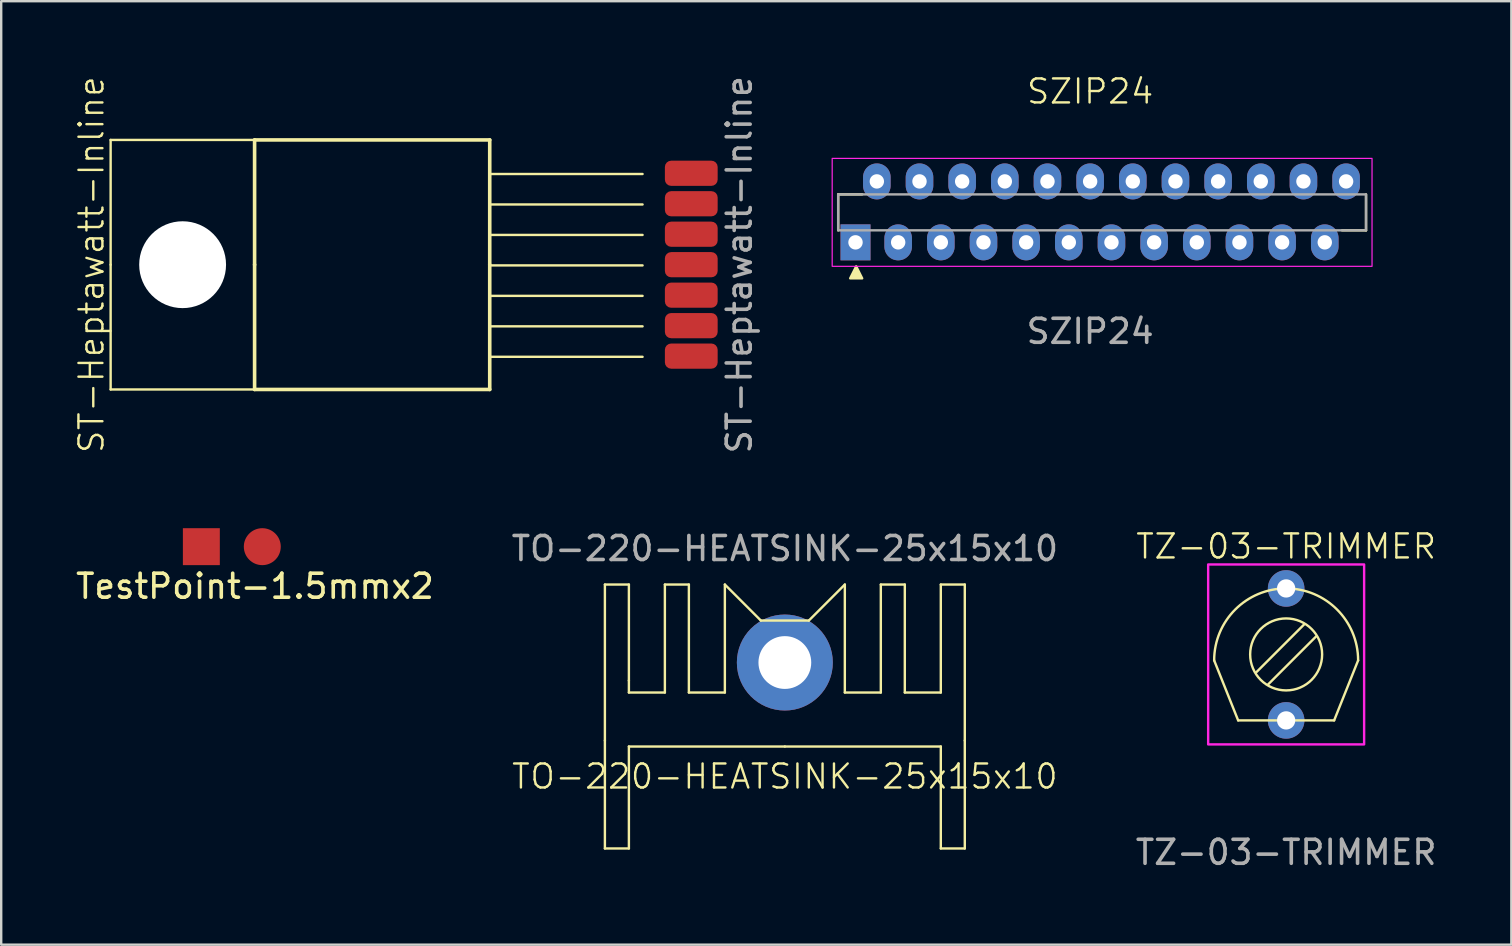
<source format=kicad_pcb>
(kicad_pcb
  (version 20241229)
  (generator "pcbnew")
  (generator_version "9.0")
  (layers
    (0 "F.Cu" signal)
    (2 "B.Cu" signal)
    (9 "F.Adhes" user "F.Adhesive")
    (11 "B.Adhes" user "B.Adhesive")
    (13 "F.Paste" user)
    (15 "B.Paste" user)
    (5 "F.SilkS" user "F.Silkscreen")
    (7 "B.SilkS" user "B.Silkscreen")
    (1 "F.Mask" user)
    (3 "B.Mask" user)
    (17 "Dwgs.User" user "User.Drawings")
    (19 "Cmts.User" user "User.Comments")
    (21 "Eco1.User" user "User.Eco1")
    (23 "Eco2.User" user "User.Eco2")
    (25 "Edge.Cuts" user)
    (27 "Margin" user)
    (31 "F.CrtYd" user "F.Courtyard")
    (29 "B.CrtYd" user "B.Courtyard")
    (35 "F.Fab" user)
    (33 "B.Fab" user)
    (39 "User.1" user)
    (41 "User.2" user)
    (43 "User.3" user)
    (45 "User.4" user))
  (footprint "SZIP24"
    (layer "F.Cu")
    (at 42.385 5.761)
    (property "Reference" "SZIP24" (at 0 -5 0) (unlocked yes) (layer "F.SilkS") (effects (font (size 1 1) (thickness 0.1))))
    (attr through_hole)
    (fp_line (start -10.501 -0.71) (end -10.501 0.79) (stroke (width 0.1) (type default)) (layer "F.SilkS"))
    (fp_line (start -9.501 -0.71) (end -10.501 -0.71) (stroke (width 0.1) (type default)) (layer "F.SilkS"))
    (fp_line (start 10.499 0.79) (end 11.499 0.79) (stroke (width 0.1) (type default)) (layer "F.SilkS"))
    (fp_line (start 11.499 0.79) (end 11.499 -0.71) (stroke (width 0.1) (type default)) (layer "F.SilkS"))
    (fp_poly (pts (xy -9.501 2.79) (xy -9.751 2.29) (xy -10.001 2.79)) (stroke (width 0.1) (type solid)) (fill yes) (layer "F.SilkS"))
    (fp_rect (start -10.751 -2.21) (end 11.749 2.29) (stroke (width 0.05) (type default)) (fill no) (layer "F.CrtYd"))
    (fp_rect (start -10.501 -0.71) (end 11.499 0.79) (stroke (width 0.1) (type default)) (fill no) (layer "F.Fab"))
    (fp_text user "${REFERENCE}" (at 0 5 0) (unlocked yes) (layer "F.Fab") (effects (font (size 1 1) (thickness 0.15))))
    (pad "1" thru_hole rect (at -9.779 1.29) (size 1.25 1.5) (drill 0.6) (layers "*.Cu" "*.Mask"))
    (pad "2" thru_hole oval (at -8.89 -1.25) (size 1.15 1.5) (drill 0.6) (layers "*.Cu" "*.Mask"))
    (pad "3" thru_hole oval (at -8.001 1.29) (size 1.15 1.5) (drill 0.6) (layers "*.Cu" "*.Mask"))
    (pad "4" thru_hole oval (at -7.112 -1.25) (size 1.15 1.5) (drill 0.6) (layers "*.Cu" "*.Mask"))
    (pad "5" thru_hole oval (at -6.223 1.29) (size 1.15 1.5) (drill 0.6) (layers "*.Cu" "*.Mask"))
    (pad "6" thru_hole oval (at -5.334 -1.25) (size 1.15 1.5) (drill 0.6) (layers "*.Cu" "*.Mask"))
    (pad "7" thru_hole oval (at -4.445 1.29) (size 1.15 1.5) (drill 0.6) (layers "*.Cu" "*.Mask"))
    (pad "8" thru_hole oval (at -3.556 -1.25) (size 1.15 1.5) (drill 0.6) (layers "*.Cu" "*.Mask"))
    (pad "9" thru_hole oval (at -2.667 1.29) (size 1.15 1.5) (drill 0.6) (layers "*.Cu" "*.Mask"))
    (pad "10" thru_hole oval (at -1.778 -1.25) (size 1.15 1.5) (drill 0.6) (layers "*.Cu" "*.Mask"))
    (pad "11" thru_hole oval (at -0.889 1.29) (size 1.15 1.5) (drill 0.6) (layers "*.Cu" "*.Mask"))
    (pad "12" thru_hole oval (at 0 -1.25) (size 1.15 1.5) (drill 0.6) (layers "*.Cu" "*.Mask"))
    (pad "13" thru_hole oval (at 0.889 1.29) (size 1.15 1.5) (drill 0.6) (layers "*.Cu" "*.Mask"))
    (pad "14" thru_hole oval (at 1.778 -1.25) (size 1.15 1.5) (drill 0.6) (layers "*.Cu" "*.Mask"))
    (pad "15" thru_hole oval (at 2.667 1.29) (size 1.15 1.5) (drill 0.6) (layers "*.Cu" "*.Mask"))
    (pad "16" thru_hole oval (at 3.556 -1.25) (size 1.15 1.5) (drill 0.6) (layers "*.Cu" "*.Mask"))
    (pad "17" thru_hole oval (at 4.445 1.29) (size 1.15 1.5) (drill 0.6) (layers "*.Cu" "*.Mask"))
    (pad "18" thru_hole oval (at 5.334 -1.25) (size 1.15 1.5) (drill 0.6) (layers "*.Cu" "*.Mask"))
    (pad "19" thru_hole oval (at 6.223 1.29) (size 1.15 1.5) (drill 0.6) (layers "*.Cu" "*.Mask"))
    (pad "20" thru_hole oval (at 7.112 -1.25) (size 1.15 1.5) (drill 0.6) (layers "*.Cu" "*.Mask"))
    (pad "21" thru_hole oval (at 8.001 1.29) (size 1.15 1.5) (drill 0.6) (layers "*.Cu" "*.Mask"))
    (pad "22" thru_hole oval (at 8.89 -1.25) (size 1.15 1.5) (drill 0.6) (layers "*.Cu" "*.Mask"))
    (pad "23" thru_hole oval (at 9.779 1.29) (size 1.15 1.5) (drill 0.6) (layers "*.Cu" "*.Mask"))
    (pad "24" thru_hole oval (at 10.668 -1.25) (size 1.15 1.5) (drill 0.6) (layers "*.Cu" "*.Mask")))
  (footprint "ST-Heptawatt-Inline"
    (layer "F.Cu")
    (at 25.761 7.982)
    (property "Reference" "ST-Heptawatt-Inline" (at -25 0 90) (unlocked yes) (layer "F.SilkS") (effects (font (size 1 1) (thickness 0.1))))
    (attr smd)
    (fp_line (start -24.2 -5.2) (end -18.2 -5.2) (stroke (width 0.1) (type default)) (layer "F.SilkS"))
    (fp_line (start -24.2 0) (end -24.2 -5.2) (stroke (width 0.1) (type default)) (layer "F.SilkS"))
    (fp_line (start -24.2 5.2) (end -24.2 0) (stroke (width 0.1) (type default)) (layer "F.SilkS"))
    (fp_line (start -24.2 5.2) (end -18.2 5.2) (stroke (width 0.1) (type default)) (layer "F.SilkS"))
    (fp_line (start -18.2 -5.2) (end -8.4 -5.2) (stroke (width 0.15) (type default)) (layer "F.SilkS"))
    (fp_line (start -18.2 0) (end -18.2 -5.2) (stroke (width 0.15) (type default)) (layer "F.SilkS"))
    (fp_line (start -18.2 5.2) (end -18.2 0) (stroke (width 0.15) (type default)) (layer "F.SilkS"))
    (fp_line (start -18.2 5.2) (end -8.4 5.2) (stroke (width 0.15) (type default)) (layer "F.SilkS"))
    (fp_line (start -8.4 0) (end -8.4 -5.2) (stroke (width 0.15) (type default)) (layer "F.SilkS"))
    (fp_line (start -8.4 5.2) (end -8.4 0) (stroke (width 0.15) (type default)) (layer "F.SilkS"))
    (fp_line (start -2.03 -3.78) (end -8.38 -3.78) (stroke (width 0.1) (type default)) (layer "F.SilkS"))
    (fp_line (start -2.03 -2.51) (end -8.38 -2.51) (stroke (width 0.1) (type default)) (layer "F.SilkS"))
    (fp_line (start -2.03 -1.24) (end -8.38 -1.24) (stroke (width 0.1) (type default)) (layer "F.SilkS"))
    (fp_line (start -2.03 0.03) (end -8.38 0.03) (stroke (width 0.1) (type default)) (layer "F.SilkS"))
    (fp_line (start -2.03 1.3) (end -8.38 1.3) (stroke (width 0.1) (type default)) (layer "F.SilkS"))
    (fp_line (start -2.03 2.57) (end -8.38 2.57) (stroke (width 0.1) (type default)) (layer "F.SilkS"))
    (fp_line (start -2.03 3.84) (end -8.38 3.84) (stroke (width 0.1) (type default)) (layer "F.SilkS"))
    (fp_text user "${REFERENCE}" (at 2 0 90) (unlocked yes) (layer "F.Fab") (effects (font (size 1 1) (thickness 0.15))))
    (pad "" np_thru_hole circle (at -21.2 0) (size 3.62 3.62) (drill 3.62) (layers "*.Cu" "*.Mask"))
    (pad "1" smd roundrect (at 0 3.81) (size 2.2 1.05) (layers "F.Cu" "F.Mask" "F.Paste") (roundrect_rratio 0.25))
    (pad "2" smd roundrect (at 0 2.54) (size 2.2 1.05) (layers "F.Cu" "F.Mask" "F.Paste") (roundrect_rratio 0.25))
    (pad "3" smd roundrect (at 0 1.27) (size 2.2 1.05) (layers "F.Cu" "F.Mask" "F.Paste") (roundrect_rratio 0.25))
    (pad "4" smd roundrect (at 0 0) (size 2.2 1.05) (layers "F.Cu" "F.Mask" "F.Paste") (roundrect_rratio 0.25))
    (pad "5" smd roundrect (at 0 -1.27) (size 2.2 1.05) (layers "F.Cu" "F.Mask" "F.Paste") (roundrect_rratio 0.25))
    (pad "6" smd roundrect (at 0 -2.54) (size 2.2 1.05) (layers "F.Cu" "F.Mask" "F.Paste") (roundrect_rratio 0.25))
    (pad "7" smd roundrect (at 0 -3.81) (size 2.2 1.05) (layers "F.Cu" "F.Mask" "F.Paste") (roundrect_rratio 0.25)))
  (footprint "TO-220-HEATSINK-25x15x10"
    (layer "F.Cu")
    (at 29.661 24.563)
    (property "Reference" "TO-220-HEATSINK-25x15x10" (at 0 4.75 0) (unlocked yes) (layer "F.SilkS") (effects (font (size 1 1) (thickness 0.1))))
    (attr through_hole)
    (fp_line (start -7.5 -3.25) (end -6.5 -3.25) (stroke (width 0.1) (type default)) (layer "F.SilkS"))
    (fp_line (start -7.5 3.25) (end -7.5 -3.25) (stroke (width 0.1) (type default)) (layer "F.SilkS"))
    (fp_line (start -7.5 3.25) (end -7.5 7.75) (stroke (width 0.1) (type default)) (layer "F.SilkS"))
    (fp_line (start -7.5 7.75) (end -6.5 7.75) (stroke (width 0.1) (type default)) (layer "F.SilkS"))
    (fp_line (start -6.5 -3.25) (end -6.5 0.75) (stroke (width 0.1) (type default)) (layer "F.SilkS"))
    (fp_line (start -6.5 0.75) (end -6.5 1.25) (stroke (width 0.1) (type default)) (layer "F.SilkS"))
    (fp_line (start -6.5 3.5) (end -6.5 7.75) (stroke (width 0.1) (type default)) (layer "F.SilkS"))
    (fp_line (start -5 -3.25) (end -5 1.25) (stroke (width 0.1) (type default)) (layer "F.SilkS"))
    (fp_line (start -5 1.25) (end -6.5 1.25) (stroke (width 0.1) (type default)) (layer "F.SilkS"))
    (fp_line (start -4 -3.25) (end -5 -3.25) (stroke (width 0.1) (type default)) (layer "F.SilkS"))
    (fp_line (start -4 1.25) (end -4 -3.25) (stroke (width 0.1) (type default)) (layer "F.SilkS"))
    (fp_line (start -2.5 -3.25) (end -1 -1.75) (stroke (width 0.1) (type default)) (layer "F.SilkS"))
    (fp_line (start -2.5 1.25) (end -4 1.25) (stroke (width 0.1) (type default)) (layer "F.SilkS"))
    (fp_line (start -2.5 1.25) (end -2.5 -3.25) (stroke (width 0.1) (type default)) (layer "F.SilkS"))
    (fp_line (start 0 3.5) (end -6.5 3.5) (stroke (width 0.1) (type default)) (layer "F.SilkS"))
    (fp_line (start 0 3.5) (end 6.5 3.5) (stroke (width 0.1) (type default)) (layer "F.SilkS"))
    (fp_line (start 1 -1.75) (end -1 -1.75) (stroke (width 0.1) (type default)) (layer "F.SilkS"))
    (fp_line (start 2.5 -3.25) (end 1 -1.75) (stroke (width 0.1) (type default)) (layer "F.SilkS"))
    (fp_line (start 2.5 1.25) (end 2.5 -3.25) (stroke (width 0.1) (type default)) (layer "F.SilkS"))
    (fp_line (start 4 -3.25) (end 4 1.25) (stroke (width 0.1) (type default)) (layer "F.SilkS"))
    (fp_line (start 4 1.25) (end 2.5 1.25) (stroke (width 0.1) (type default)) (layer "F.SilkS"))
    (fp_line (start 5 -3.25) (end 4 -3.25) (stroke (width 0.1) (type default)) (layer "F.SilkS"))
    (fp_line (start 5 1.25) (end 5 -3.25) (stroke (width 0.1) (type default)) (layer "F.SilkS"))
    (fp_line (start 6.5 -3.25) (end 6.5 1.25) (stroke (width 0.1) (type default)) (layer "F.SilkS"))
    (fp_line (start 6.5 1.25) (end 5 1.25) (stroke (width 0.1) (type default)) (layer "F.SilkS"))
    (fp_line (start 6.5 3.5) (end 6.5 7.75) (stroke (width 0.1) (type default)) (layer "F.SilkS"))
    (fp_line (start 6.5 7.75) (end 7.5 7.75) (stroke (width 0.1) (type default)) (layer "F.SilkS"))
    (fp_line (start 7.5 -3.25) (end 6.5 -3.25) (stroke (width 0.1) (type default)) (layer "F.SilkS"))
    (fp_line (start 7.5 3.25) (end 7.5 -3.25) (stroke (width 0.1) (type default)) (layer "F.SilkS"))
    (fp_line (start 7.5 3.25) (end 7.5 7.75) (stroke (width 0.1) (type default)) (layer "F.SilkS"))
    (fp_text user "${REFERENCE}" (at 0 -4.75 0) (unlocked yes) (layer "F.Fab") (effects (font (size 1 1) (thickness 0.15))))
    (pad "1" thru_hole circle (at 0 0) (size 4 4) (drill 2.2) (layers "*.Cu" "*.Mask")))
  (footprint "TestPoint-1.5mmx2"
    (layer "F.Cu")
    (at 7.882 19.734)
    (property "Reference" "TestPoint-1.5mmx2" (at -0.305 1.651 0) (layer "F.SilkS") (effects (font (size 1 1) (thickness 0.15))))
    (attr through_hole)
    (pad "1" smd rect (at -2.54 0) (size 1.54 1.54) (layers "F.Cu" "F.Mask" "F.Paste"))
    (pad "2" smd circle (at 0 0) (size 1.54 1.54) (layers "F.Cu" "F.Mask" "F.Paste")))
  (footprint "TZ-03-TRIMMER"
    (layer "F.Cu")
    (at 50.554 24.225)
    (property "Reference" "TZ-03-TRIMMER" (at 0 -4.5 0) (unlocked yes) (layer "F.SilkS") (effects (font (size 1 1) (thickness 0.1))))
    (attr through_hole)
    (fp_line (start -3 0.25) (end -2 2.75) (stroke (width 0.1) (type default)) (layer "F.SilkS"))
    (fp_line (start -2 2.75) (end 0 2.75) (stroke (width 0.1) (type default)) (layer "F.SilkS"))
    (fp_line (start -1.25 0.75) (end 0.75 -1.25) (stroke (width 0.1) (type default)) (layer "F.SilkS"))
    (fp_line (start -0.75 1.25) (end 1.25 -0.75) (stroke (width 0.1) (type default)) (layer "F.SilkS"))
    (fp_line (start 0 2.75) (end 2 2.75) (stroke (width 0.1) (type default)) (layer "F.SilkS"))
    (fp_line (start 2 2.75) (end 3 0.25) (stroke (width 0.1) (type default)) (layer "F.SilkS"))
    (fp_arc (start -3 0.25) (mid 0 -2.75) (end 3 0.25) (stroke (width 0.1) (type default)) (layer "F.SilkS"))
    (fp_circle (center 0 0) (end 0 1.5) (stroke (width 0.1) (type default)) (fill no) (layer "F.SilkS"))
    (fp_rect (start -3.25 -3.75) (end 3.25 3.75) (stroke (width 0.1) (type default)) (fill no) (layer "F.CrtYd"))
    (fp_text user "${REFERENCE}" (at 0 8.25 0) (unlocked yes) (layer "F.Fab") (effects (font (size 1 1) (thickness 0.15))))
    (pad "1" thru_hole circle (at 0 -2.75 270) (size 1.524 1.524) (drill 0.762) (layers "*.Cu" "*.Mask"))
    (pad "2" thru_hole circle (at 0 2.75 270) (size 1.524 1.524) (drill 0.762) (layers "*.Cu" "*.Mask")))
  (gr_rect
    (start -3 -3)
    (end 59.94 36.323)
    (stroke (width 0.1) (type default))
    (fill no)
    (layer "Edge.Cuts")))
</source>
